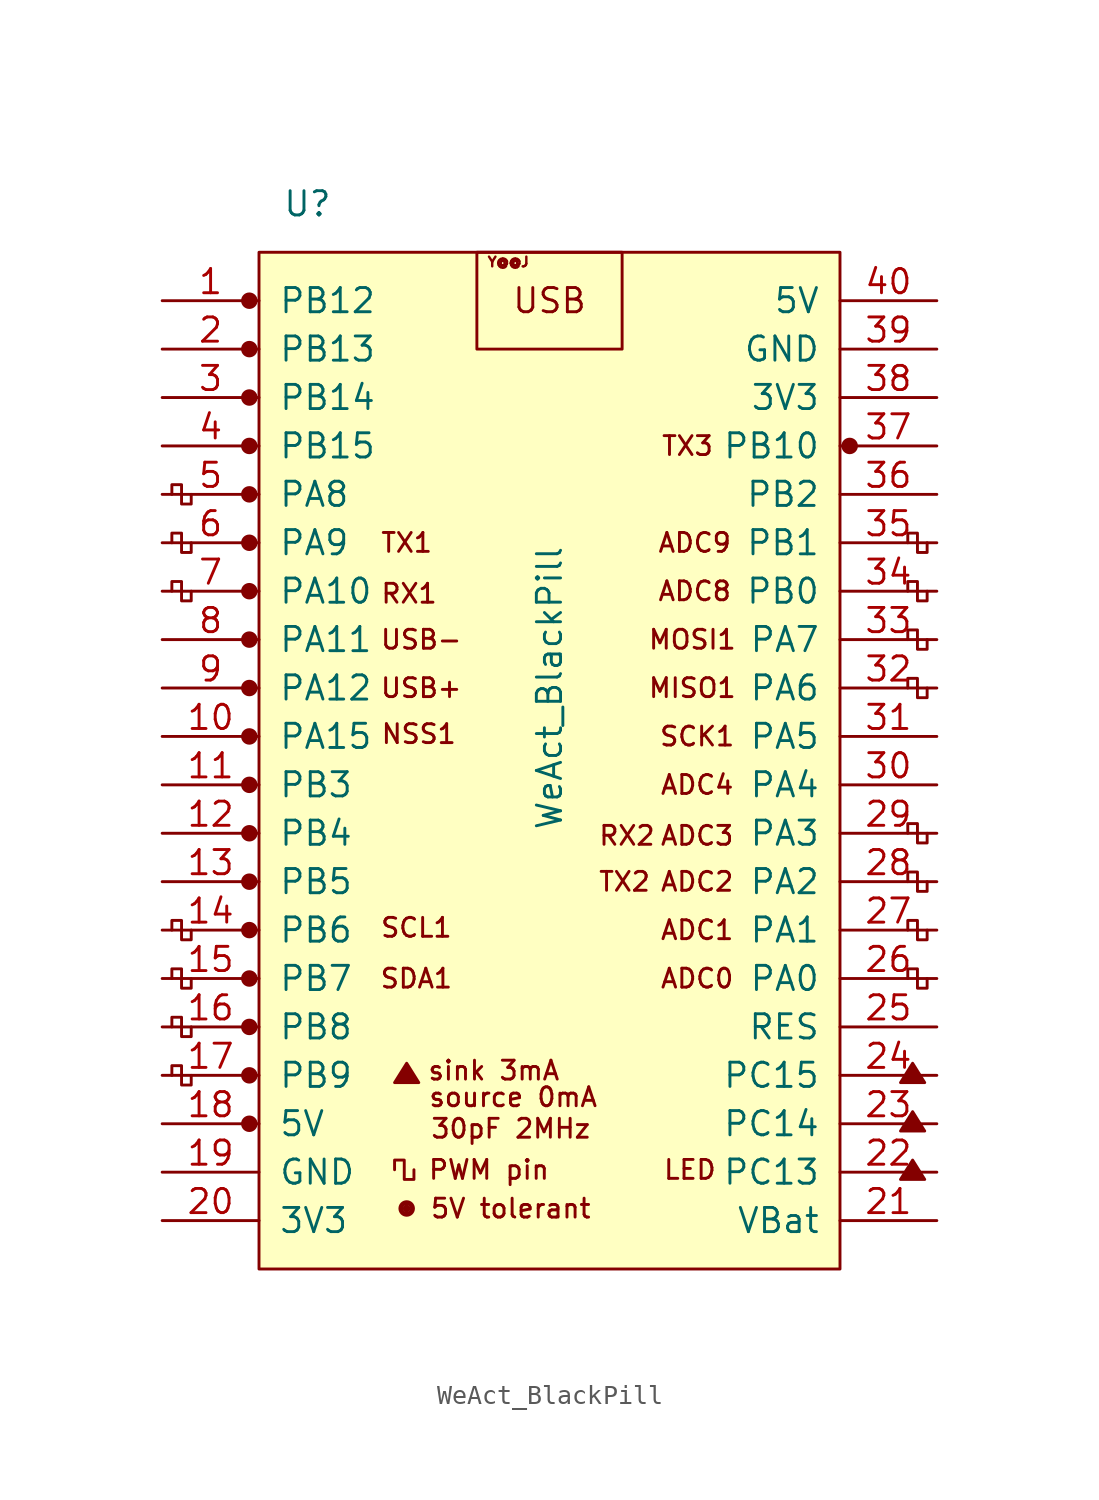
<source format=kicad_sym>
(kicad_symbol_lib
  (version 20211014)
  (generator kicad_symbol_editor)
  (symbol "WeAct_BlackPill"
    (pin_names
      (offset 1.016))
    (property "Reference" "U"
      (at -12.7 27.94 0)
      (effects (font (size 1.27 1.27))))
    (property "Value" "WeAct_BlackPill"
      (at 0 2.54 90)
      (effects (font (size 1.27 1.27))))
    (symbol "WeAct_BlackPill_0_0"
      (circle (center -15.748 -20.32) (radius 0.356) (stroke (width 0) (type default) (color 0 0 0 0)) (fill (type outline)))
      (circle (center -15.748 -17.78) (radius 0.356) (stroke (width 0) (type default) (color 0 0 0 0)) (fill (type outline)))
      (circle (center -15.748 -15.24) (radius 0.356) (stroke (width 0) (type default) (color 0 0 0 0)) (fill (type outline)))
      (circle (center -15.748 -12.7) (radius 0.356) (stroke (width 0) (type default) (color 0 0 0 0)) (fill (type outline)))
      (circle (center -15.748 -10.16) (radius 0.356) (stroke (width 0) (type default) (color 0 0 0 0)) (fill (type outline)))
      (circle (center -15.748 -7.62) (radius 0.356) (stroke (width 0) (type default) (color 0 0 0 0)) (fill (type outline)))
      (circle (center -15.748 -5.08) (radius 0.356) (stroke (width 0) (type default) (color 0 0 0 0)) (fill (type outline)))
      (circle (center -15.748 -2.54) (radius 0.356) (stroke (width 0) (type default) (color 0 0 0 0)) (fill (type outline)))
      (circle (center -15.748 0) (radius 0.356) (stroke (width 0) (type default) (color 0 0 0 0)) (fill (type outline)))
      (circle (center -15.748 2.54) (radius 0.356) (stroke (width 0) (type default) (color 0 0 0 0)) (fill (type outline)))
      (circle (center -15.748 5.08) (radius 0.356) (stroke (width 0) (type default) (color 0 0 0 0)) (fill (type outline)))
      (circle (center -15.748 7.62) (radius 0.356) (stroke (width 0) (type default) (color 0 0 0 0)) (fill (type outline)))
      (circle (center -15.748 10.16) (radius 0.356) (stroke (width 0) (type default) (color 0 0 0 0)) (fill (type outline)))
      (circle (center -15.748 12.7) (radius 0.356) (stroke (width 0) (type default) (color 0 0 0 0)) (fill (type outline)))
      (circle (center -15.748 15.24) (radius 0.356) (stroke (width 0) (type default) (color 0 0 0 0)) (fill (type outline)))
      (circle (center -15.748 17.78) (radius 0.356) (stroke (width 0) (type default) (color 0 0 0 0)) (fill (type outline)))
      (circle (center -15.748 22.86) (radius 0.356) (stroke (width 0) (type default) (color 0 0 0 0)) (fill (type outline)))
      (circle (center -7.493 -24.765) (radius 0.127) (stroke (width 0) (type default) (color 0 0 0 0)) (fill (type outline)))
      (circle (center -7.493 -24.765) (radius 0.254) (stroke (width 0) (type default) (color 0 0 0 0)) (fill (type none)))
      (circle (center -7.493 -24.765) (radius 0.356) (stroke (width 0) (type default) (color 0 0 0 0)) (fill (type none)))
      (polyline (pts (xy -8.128 -18.161) (xy -7.493 -17.145) (xy -6.858 -18.161) (xy -8.128 -18.161) (xy -7.493 -17.272) (xy -6.985 -18.161) (xy -8.001 -18.034) (xy -7.493 -17.399) (xy -7.112 -18.161) (xy -7.874 -17.907) (xy -7.366 -17.526) (xy -7.239 -18.161) (xy -7.747 -17.78) (xy -7.239 -17.653) (xy -7.366 -18.034) (xy -7.62 -17.78) (xy -7.366 -17.907) (xy -7.493 -17.653)) (stroke (width 0) (type default) (color 0 0 0 0)) (fill (type none)))
      (polyline (pts (xy 18.415 -23.241) (xy 19.05 -22.225) (xy 19.685 -23.241) (xy 18.415 -23.241) (xy 19.05 -22.352) (xy 19.558 -23.241) (xy 18.542 -23.114) (xy 19.05 -22.479) (xy 19.431 -23.241) (xy 18.669 -22.987) (xy 19.177 -22.606) (xy 19.304 -23.241) (xy 18.796 -22.86) (xy 19.304 -22.733) (xy 19.177 -23.114) (xy 18.923 -22.86) (xy 19.177 -22.987) (xy 19.05 -22.733)) (stroke (width 0) (type default) (color 0 0 0 0)) (fill (type none)))
      (polyline (pts (xy 18.415 -20.701) (xy 19.05 -19.685) (xy 19.685 -20.701) (xy 18.415 -20.701) (xy 19.05 -19.812) (xy 19.558 -20.701) (xy 18.542 -20.574) (xy 19.05 -19.939) (xy 19.431 -20.701) (xy 18.669 -20.447) (xy 19.177 -20.066) (xy 19.304 -20.701) (xy 18.796 -20.32) (xy 19.304 -20.193) (xy 19.177 -20.574) (xy 18.923 -20.32) (xy 19.177 -20.447) (xy 19.05 -20.193)) (stroke (width 0) (type default) (color 0 0 0 0)) (fill (type none)))
      (polyline (pts (xy 18.415 -18.161) (xy 19.05 -17.145) (xy 19.685 -18.161) (xy 18.415 -18.161) (xy 19.05 -17.272) (xy 19.558 -18.161) (xy 18.542 -18.034) (xy 19.05 -17.399) (xy 19.431 -18.161) (xy 18.669 -17.907) (xy 19.177 -17.526) (xy 19.304 -18.161) (xy 18.796 -17.78) (xy 19.304 -17.653) (xy 19.177 -18.034) (xy 18.923 -17.78) (xy 19.177 -17.907) (xy 19.05 -17.653)) (stroke (width 0) (type default) (color 0 0 0 0)) (fill (type none)))
      (circle (center 15.748 15.24) (radius 0.254) (stroke (width 0) (type default) (color 0 0 0 0)) (fill (type outline)))
      (circle (center 15.748 15.24) (radius 0.356) (stroke (width 0) (type default) (color 0 0 0 0)) (fill (type none)))
      (text "30pF 2MHz" (at -2.032 -20.574 0) (effects (font (size 0.991 0.991))))
      (text "5V tolerant" (at -2.032 -24.765 0) (effects (font (size 0.991 0.991))))
      (text "ADC0" (at 7.747 -12.7 0) (effects (font (size 0.991 0.991))))
      (text "ADC1" (at 7.747 -10.16 0) (effects (font (size 0.991 0.991))))
      (text "ADC2" (at 7.747 -7.62 0) (effects (font (size 0.991 0.991))))
      (text "ADC3" (at 7.747 -5.207 0) (effects (font (size 0.991 0.991))))
      (text "ADC4" (at 7.747 -2.54 0) (effects (font (size 0.991 0.991))))
      (text "ADC8" (at 7.62 7.62 0) (effects (font (size 0.991 0.991))))
      (text "ADC9" (at 7.62 10.16 0) (effects (font (size 0.991 0.991))))
      (text "LED" (at 7.366 -22.733 0) (effects (font (size 0.991 0.991))))
      (text "MISO1" (at 7.493 2.54 0) (effects (font (size 0.991 0.991))))
      (text "MOSI1" (at 7.493 5.08 0) (effects (font (size 0.991 0.991))))
      (text "NSS1" (at -6.858 0.127 0) (effects (font (size 0.991 0.991))))
      (text "PWM pin" (at -3.175 -22.733 0) (effects (font (size 0.991 0.991))))
      (text "RX1" (at -7.366 7.493 0) (effects (font (size 0.991 0.991))))
      (text "RX2" (at 4.064 -5.207 0) (effects (font (size 0.991 0.991))))
      (text "SCK1" (at 7.747 0 0) (effects (font (size 0.991 0.991))))
      (text "SCL1" (at -6.985 -10.033 0) (effects (font (size 0.991 0.991))))
      (text "SDA1" (at -6.985 -12.7 0) (effects (font (size 0.991 0.991))))
      (text "sink 3mA" (at -2.921 -17.526 0) (effects (font (size 0.991 0.991))))
      (text "source 0mA" (at -1.905 -18.923 0) (effects (font (size 0.991 0.991))))
      (text "TX1" (at -7.493 10.16 0) (effects (font (size 0.991 0.991))))
      (text "TX2" (at 3.937 -7.62 0) (effects (font (size 0.991 0.991))))
      (text "TX3" (at 7.239 15.24 0) (effects (font (size 0.991 0.991))))
      (text "USB" (at 0 22.86 0) (effects (font (size 1.27 1.27))))
      (text "USB+" (at -6.731 2.54 0) (effects (font (size 0.991 0.991))))
      (text "USB-" (at -6.731 5.08 0) (effects (font (size 0.991 0.991))))
      (text "Y@@J" (at -2.159 24.892 0) (effects (font (size 0.508 0.508)))))
    (symbol "WeAct_BlackPill_0_1"
      (rectangle (start -15.24 25.4) (end 15.24 -27.94) (stroke (width 0) (type default) (color 0 0 0 0)) (fill (type background)))
      (polyline (pts (xy -18.796 -17.78) (xy -18.796 -18.288) (xy -19.304 -18.288) (xy -19.304 -17.272) (xy -19.812 -17.272) (xy -19.812 -17.78)) (stroke (width 0) (type default) (color 0 0 0 0)) (fill (type none)))
      (polyline (pts (xy -18.796 -15.24) (xy -18.796 -15.748) (xy -19.304 -15.748) (xy -19.304 -14.732) (xy -19.812 -14.732) (xy -19.812 -15.24)) (stroke (width 0) (type default) (color 0 0 0 0)) (fill (type none)))
      (polyline (pts (xy -18.796 -12.7) (xy -18.796 -13.208) (xy -19.304 -13.208) (xy -19.304 -12.192) (xy -19.812 -12.192) (xy -19.812 -12.7)) (stroke (width 0) (type default) (color 0 0 0 0)) (fill (type none)))
      (polyline (pts (xy -18.796 -10.16) (xy -18.796 -10.668) (xy -19.304 -10.668) (xy -19.304 -9.652) (xy -19.812 -9.652) (xy -19.812 -10.16)) (stroke (width 0) (type default) (color 0 0 0 0)) (fill (type none)))
      (polyline (pts (xy -18.796 7.62) (xy -18.796 7.112) (xy -19.304 7.112) (xy -19.304 8.128) (xy -19.812 8.128) (xy -19.812 7.62)) (stroke (width 0) (type default) (color 0 0 0 0)) (fill (type none)))
      (polyline (pts (xy -18.796 10.16) (xy -18.796 9.652) (xy -19.304 9.652) (xy -19.304 10.668) (xy -19.812 10.668) (xy -19.812 10.16)) (stroke (width 0) (type default) (color 0 0 0 0)) (fill (type none)))
      (polyline (pts (xy -18.796 12.7) (xy -18.796 12.192) (xy -19.304 12.192) (xy -19.304 13.208) (xy -19.812 13.208) (xy -19.812 12.7)) (stroke (width 0) (type default) (color 0 0 0 0)) (fill (type none)))
      (polyline (pts (xy -7.112 -22.733) (xy -7.112 -23.241) (xy -7.62 -23.241) (xy -7.62 -22.225) (xy -8.128 -22.225) (xy -8.128 -22.733)) (stroke (width 0) (type default) (color 0 0 0 0)) (fill (type none)))
      (polyline (pts (xy 19.812 -12.7) (xy 19.812 -13.208) (xy 19.304 -13.208) (xy 19.304 -12.192) (xy 18.796 -12.192) (xy 18.796 -12.7)) (stroke (width 0) (type default) (color 0 0 0 0)) (fill (type none)))
      (polyline (pts (xy 19.812 -10.16) (xy 19.812 -10.668) (xy 19.304 -10.668) (xy 19.304 -9.652) (xy 18.796 -9.652) (xy 18.796 -10.16)) (stroke (width 0) (type default) (color 0 0 0 0)) (fill (type none)))
      (polyline (pts (xy 19.812 -7.62) (xy 19.812 -8.128) (xy 19.304 -8.128) (xy 19.304 -7.112) (xy 18.796 -7.112) (xy 18.796 -7.62)) (stroke (width 0) (type default) (color 0 0 0 0)) (fill (type none)))
      (polyline (pts (xy 19.812 -5.08) (xy 19.812 -5.588) (xy 19.304 -5.588) (xy 19.304 -4.572) (xy 18.796 -4.572) (xy 18.796 -5.08)) (stroke (width 0) (type default) (color 0 0 0 0)) (fill (type none)))
      (polyline (pts (xy 19.812 2.54) (xy 19.812 2.032) (xy 19.304 2.032) (xy 19.304 3.048) (xy 18.796 3.048) (xy 18.796 2.54)) (stroke (width 0) (type default) (color 0 0 0 0)) (fill (type none)))
      (polyline (pts (xy 19.812 5.08) (xy 19.812 4.572) (xy 19.304 4.572) (xy 19.304 5.588) (xy 18.796 5.588) (xy 18.796 5.08)) (stroke (width 0) (type default) (color 0 0 0 0)) (fill (type none)))
      (polyline (pts (xy 19.812 7.62) (xy 19.812 7.112) (xy 19.304 7.112) (xy 19.304 8.128) (xy 18.796 8.128) (xy 18.796 7.62)) (stroke (width 0) (type default) (color 0 0 0 0)) (fill (type none)))
      (polyline (pts (xy 19.812 10.16) (xy 19.812 9.652) (xy 19.304 9.652) (xy 19.304 10.668) (xy 18.796 10.668) (xy 18.796 10.16)) (stroke (width 0) (type default) (color 0 0 0 0)) (fill (type none)))
      (rectangle (start 3.81 25.4) (end -3.81 20.32) (stroke (width 0) (type default) (color 0 0 0 0)) (fill (type none))))
    (symbol "WeAct_BlackPill_1_1"
      (circle (center -15.748 20.32) (radius 0.356) (stroke (width 0) (type default) (color 0 0 0 0)) (fill (type outline)))
      (pin bidirectional line (at -20.32 22.86 0) (length 5.08) (name "PB12" (effects (font (size 1.27 1.27)))) (number "1" (effects (font (size 1.27 1.27)))))
      (pin bidirectional line (at -20.32 0 0) (length 5.08) (name "PA15" (effects (font (size 1.27 1.27)))) (number "10" (effects (font (size 1.27 1.27)))))
      (pin bidirectional line (at -20.32 -2.54 0) (length 5.08) (name "PB3" (effects (font (size 1.27 1.27)))) (number "11" (effects (font (size 1.27 1.27)))))
      (pin bidirectional line (at -20.32 -5.08 0) (length 5.08) (name "PB4" (effects (font (size 1.27 1.27)))) (number "12" (effects (font (size 1.27 1.27)))))
      (pin bidirectional line (at -20.32 -7.62 0) (length 5.08) (name "PB5" (effects (font (size 1.27 1.27)))) (number "13" (effects (font (size 1.27 1.27)))))
      (pin bidirectional line (at -20.32 -10.16 0) (length 5.08) (name "PB6" (effects (font (size 1.27 1.27)))) (number "14" (effects (font (size 1.27 1.27)))))
      (pin bidirectional line (at -20.32 -12.7 0) (length 5.08) (name "PB7" (effects (font (size 1.27 1.27)))) (number "15" (effects (font (size 1.27 1.27)))))
      (pin bidirectional line (at -20.32 -15.24 0) (length 5.08) (name "PB8" (effects (font (size 1.27 1.27)))) (number "16" (effects (font (size 1.27 1.27)))))
      (pin bidirectional line (at -20.32 -17.78 0) (length 5.08) (name "PB9" (effects (font (size 1.27 1.27)))) (number "17" (effects (font (size 1.27 1.27)))))
      (pin power_in line (at -20.32 -20.32 0) (length 5.08) (name "5V" (effects (font (size 1.27 1.27)))) (number "18" (effects (font (size 1.27 1.27)))))
      (pin power_in line (at -20.32 -22.86 0) (length 5.08) (name "GND" (effects (font (size 1.27 1.27)))) (number "19" (effects (font (size 1.27 1.27)))))
      (pin bidirectional line (at -20.32 20.32 0) (length 5.08) (name "PB13" (effects (font (size 1.27 1.27)))) (number "2" (effects (font (size 1.27 1.27)))))
      (pin power_in line (at -20.32 -25.4 0) (length 5.08) (name "3V3" (effects (font (size 1.27 1.27)))) (number "20" (effects (font (size 1.27 1.27)))))
      (pin power_in line (at 20.32 -25.4 180) (length 5.08) (name "VBat" (effects (font (size 1.27 1.27)))) (number "21" (effects (font (size 1.27 1.27)))))
      (pin bidirectional line (at 20.32 -22.86 180) (length 5.08) (name "PC13" (effects (font (size 1.27 1.27)))) (number "22" (effects (font (size 1.27 1.27)))))
      (pin bidirectional line (at 20.32 -20.32 180) (length 5.08) (name "PC14" (effects (font (size 1.27 1.27)))) (number "23" (effects (font (size 1.27 1.27)))))
      (pin bidirectional line (at 20.32 -17.78 180) (length 5.08) (name "PC15" (effects (font (size 1.27 1.27)))) (number "24" (effects (font (size 1.27 1.27)))))
      (pin input line (at 20.32 -15.24 180) (length 5.08) (name "RES" (effects (font (size 1.27 1.27)))) (number "25" (effects (font (size 1.27 1.27)))))
      (pin bidirectional line (at 20.32 -12.7 180) (length 5.08) (name "PA0" (effects (font (size 1.27 1.27)))) (number "26" (effects (font (size 1.27 1.27)))))
      (pin bidirectional line (at 20.32 -10.16 180) (length 5.08) (name "PA1" (effects (font (size 1.27 1.27)))) (number "27" (effects (font (size 1.27 1.27)))))
      (pin bidirectional line (at 20.32 -7.62 180) (length 5.08) (name "PA2" (effects (font (size 1.27 1.27)))) (number "28" (effects (font (size 1.27 1.27)))))
      (pin bidirectional line (at 20.32 -5.08 180) (length 5.08) (name "PA3" (effects (font (size 1.27 1.27)))) (number "29" (effects (font (size 1.27 1.27)))))
      (pin bidirectional line (at -20.32 17.78 0) (length 5.08) (name "PB14" (effects (font (size 1.27 1.27)))) (number "3" (effects (font (size 1.27 1.27)))))
      (pin bidirectional line (at 20.32 -2.54 180) (length 5.08) (name "PA4" (effects (font (size 1.27 1.27)))) (number "30" (effects (font (size 1.27 1.27)))))
      (pin bidirectional line (at 20.32 0 180) (length 5.08) (name "PA5" (effects (font (size 1.27 1.27)))) (number "31" (effects (font (size 1.27 1.27)))))
      (pin bidirectional line (at 20.32 2.54 180) (length 5.08) (name "PA6" (effects (font (size 1.27 1.27)))) (number "32" (effects (font (size 1.27 1.27)))))
      (pin bidirectional line (at 20.32 5.08 180) (length 5.08) (name "PA7" (effects (font (size 1.27 1.27)))) (number "33" (effects (font (size 1.27 1.27)))))
      (pin bidirectional line (at 20.32 7.62 180) (length 5.08) (name "PB0" (effects (font (size 1.27 1.27)))) (number "34" (effects (font (size 1.27 1.27)))))
      (pin bidirectional line (at 20.32 10.16 180) (length 5.08) (name "PB1" (effects (font (size 1.27 1.27)))) (number "35" (effects (font (size 1.27 1.27)))))
      (pin bidirectional line (at 20.32 12.7 180) (length 5.08) (name "PB2" (effects (font (size 1.27 1.27)))) (number "36" (effects (font (size 1.27 1.27)))))
      (pin bidirectional line (at 20.32 15.24 180) (length 5.08) (name "PB10" (effects (font (size 1.27 1.27)))) (number "37" (effects (font (size 1.27 1.27)))))
      (pin power_in line (at 20.32 17.78 180) (length 5.08) (name "3V3" (effects (font (size 1.27 1.27)))) (number "38" (effects (font (size 1.27 1.27)))))
      (pin power_in line (at 20.32 20.32 180) (length 5.08) (name "GND" (effects (font (size 1.27 1.27)))) (number "39" (effects (font (size 1.27 1.27)))))
      (pin bidirectional line (at -20.32 15.24 0) (length 5.08) (name "PB15" (effects (font (size 1.27 1.27)))) (number "4" (effects (font (size 1.27 1.27)))))
      (pin power_in line (at 20.32 22.86 180) (length 5.08) (name "5V" (effects (font (size 1.27 1.27)))) (number "40" (effects (font (size 1.27 1.27)))))
      (pin bidirectional line (at -20.32 12.7 0) (length 5.08) (name "PA8" (effects (font (size 1.27 1.27)))) (number "5" (effects (font (size 1.27 1.27)))))
      (pin bidirectional line (at -20.32 10.16 0) (length 5.08) (name "PA9" (effects (font (size 1.27 1.27)))) (number "6" (effects (font (size 1.27 1.27)))))
      (pin bidirectional line (at -20.32 7.62 0) (length 5.08) (name "PA10" (effects (font (size 1.27 1.27)))) (number "7" (effects (font (size 1.27 1.27)))))
      (pin bidirectional line (at -20.32 5.08 0) (length 5.08) (name "PA11" (effects (font (size 1.27 1.27)))) (number "8" (effects (font (size 1.27 1.27)))))
      (pin bidirectional line (at -20.32 2.54 0) (length 5.08) (name "PA12" (effects (font (size 1.27 1.27)))) (number "9" (effects (font (size 1.27 1.27))))))))
</source>
